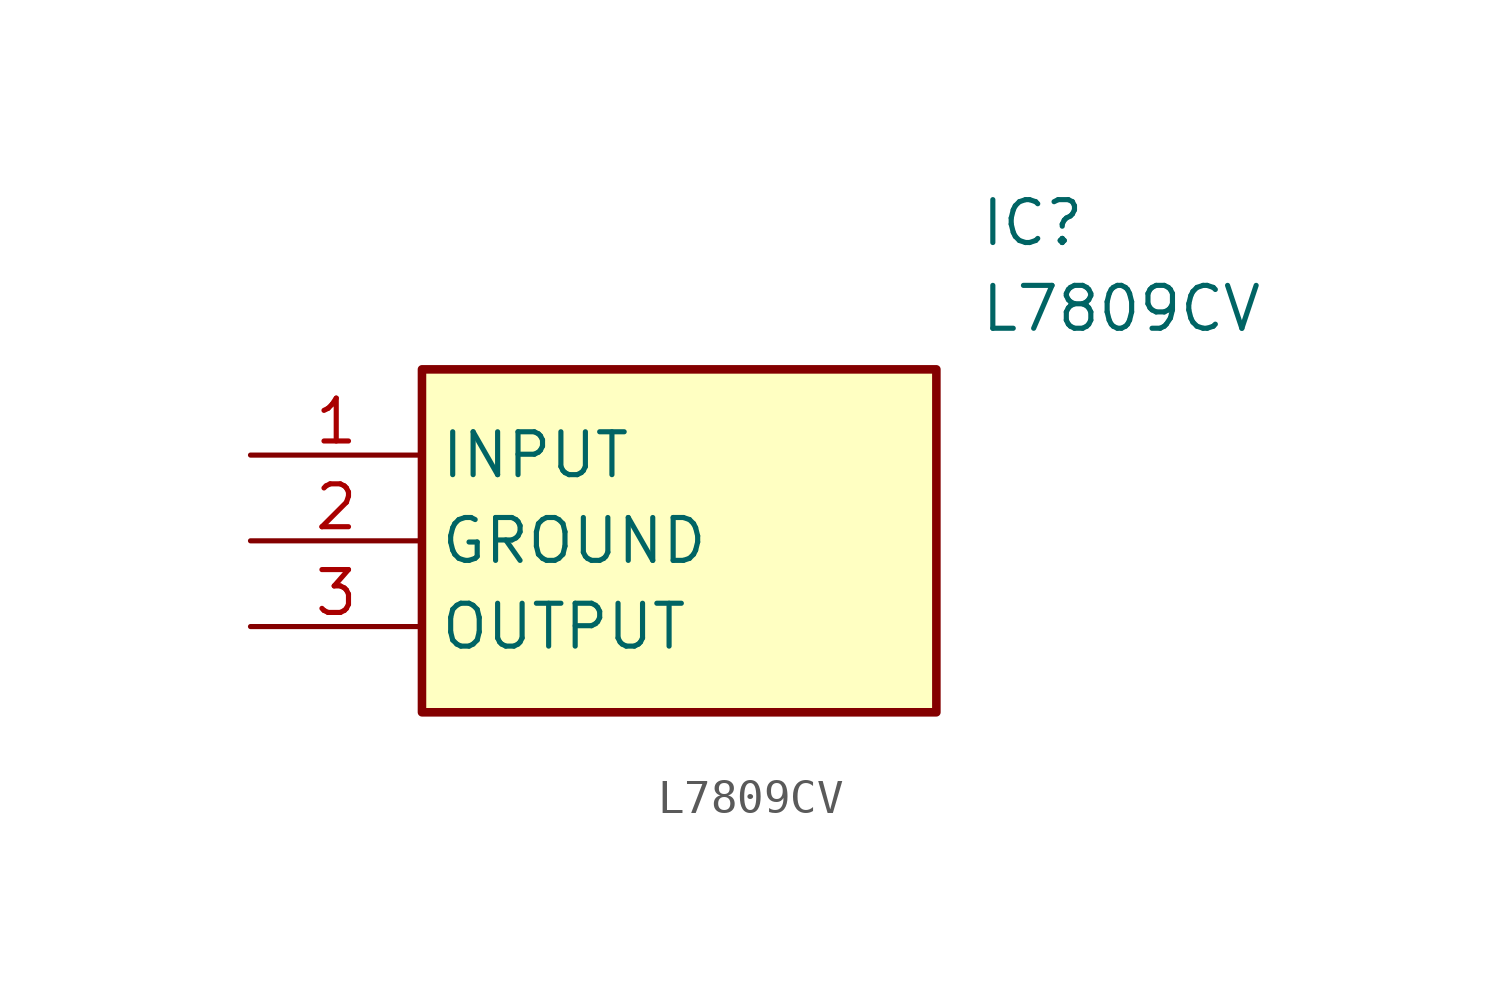
<source format=kicad_sym>
(kicad_symbol_lib
  (version 20211014)
  (generator SamacSys_ECAD_Model)
  (symbol "L7809CV"
    (property "Reference" "IC"
      (at 21.59 7.62 0)
      (effects (font (size 1.27 1.27)) (justify left top)))
    (property "Value" "L7809CV"
      (at 21.59 5.08 0)
      (effects (font (size 1.27 1.27)) (justify left top)))
    (rectangle
      (start 5.08 2.54)
      (end 20.32 -7.62)
      (stroke (width 0.254) (type default))
      (fill (type background)))
    (pin passive line
      (at 0 0 0)
      (length 5.08)
      (name "INPUT" (effects (font (size 1.27 1.27))))
      (number "1" (effects (font (size 1.27 1.27)))))
    (pin passive line
      (at 0 -2.54 0)
      (length 5.08)
      (name "GROUND" (effects (font (size 1.27 1.27))))
      (number "2" (effects (font (size 1.27 1.27)))))
    (pin passive line
      (at 0 -5.08 0)
      (length 5.08)
      (name "OUTPUT" (effects (font (size 1.27 1.27))))
      (number "3" (effects (font (size 1.27 1.27)))))))
</source>
